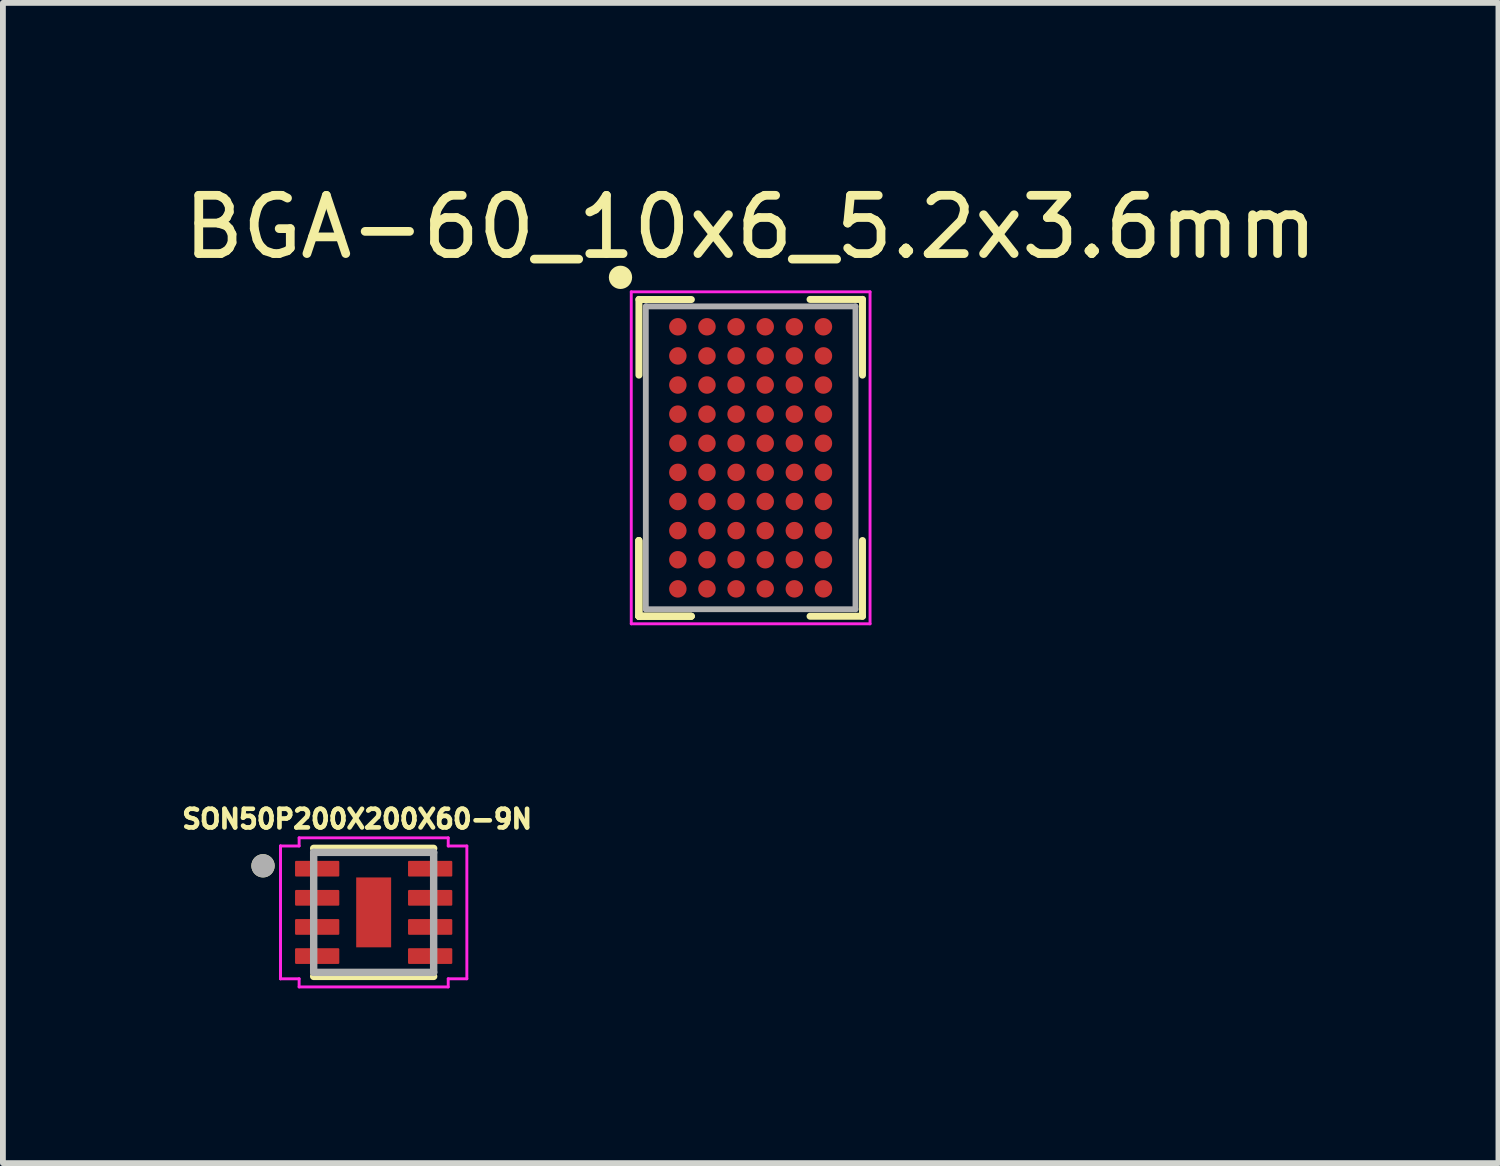
<source format=kicad_pcb>
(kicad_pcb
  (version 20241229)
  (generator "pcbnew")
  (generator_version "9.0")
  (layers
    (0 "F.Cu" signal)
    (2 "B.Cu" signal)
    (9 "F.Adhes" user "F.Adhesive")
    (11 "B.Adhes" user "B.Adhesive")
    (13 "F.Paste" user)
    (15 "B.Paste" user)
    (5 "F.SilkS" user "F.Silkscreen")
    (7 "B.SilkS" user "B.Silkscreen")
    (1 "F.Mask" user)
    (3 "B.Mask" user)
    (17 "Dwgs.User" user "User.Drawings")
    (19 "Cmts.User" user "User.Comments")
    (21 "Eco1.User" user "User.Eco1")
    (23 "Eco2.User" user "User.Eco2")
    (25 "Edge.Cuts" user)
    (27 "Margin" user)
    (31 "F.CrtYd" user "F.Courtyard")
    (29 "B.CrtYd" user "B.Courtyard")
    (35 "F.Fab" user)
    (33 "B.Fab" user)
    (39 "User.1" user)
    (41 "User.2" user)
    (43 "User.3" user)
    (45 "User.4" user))
  (footprint "SON50P200X200X60-9N"
    (layer "F.Cu")
    (at 3.366 12.616)
    (property "Reference" "SON50P200X200X60-9N" (at -0.284 -1.603 0) (layer "F.SilkS") (effects (font (size 0.32 0.32) (thickness 0.15))))
    (attr through_hole)
    (fp_line (start -1.03 -1.099) (end 1.03 -1.099) (stroke (width 0.127) (type solid)) (layer "F.SilkS"))
    (fp_line (start -1.03 1.099) (end 1.03 1.099) (stroke (width 0.127) (type solid)) (layer "F.SilkS"))
    (fp_circle (center -1.9 -0.8) (end -1.8 -0.8) (stroke (width 0.2) (type solid)) (fill no) (layer "F.SilkS"))
    (fp_poly (pts (xy -0.185 -0.485) (xy 0.185 -0.485) (xy 0.185 0.485) (xy -0.185 0.485)) (stroke (width 0.01) (type solid)) (fill yes) (layer "F.Paste"))
    (fp_line (start -1.6 -1.14) (end -1.28 -1.14) (stroke (width 0.05) (type solid)) (layer "F.CrtYd"))
    (fp_line (start -1.6 1.14) (end -1.6 -1.14) (stroke (width 0.05) (type solid)) (layer "F.CrtYd"))
    (fp_line (start -1.6 1.14) (end -1.6 -1.14) (stroke (width 0.05) (type solid)) (layer "F.CrtYd"))
    (fp_line (start -1.28 -1.28) (end 1.28 -1.28) (stroke (width 0.05) (type solid)) (layer "F.CrtYd"))
    (fp_line (start -1.28 -1.14) (end -1.28 -1.28) (stroke (width 0.05) (type solid)) (layer "F.CrtYd"))
    (fp_line (start -1.28 1.14) (end -1.6 1.14) (stroke (width 0.05) (type solid)) (layer "F.CrtYd"))
    (fp_line (start -1.28 1.28) (end -1.28 1.14) (stroke (width 0.05) (type solid)) (layer "F.CrtYd"))
    (fp_line (start 1.28 -1.28) (end 1.28 -1.14) (stroke (width 0.05) (type solid)) (layer "F.CrtYd"))
    (fp_line (start 1.28 -1.14) (end 1.6 -1.14) (stroke (width 0.05) (type solid)) (layer "F.CrtYd"))
    (fp_line (start 1.28 1.14) (end 1.28 1.28) (stroke (width 0.05) (type solid)) (layer "F.CrtYd"))
    (fp_line (start 1.28 1.28) (end -1.28 1.28) (stroke (width 0.05) (type solid)) (layer "F.CrtYd"))
    (fp_line (start 1.6 -1.14) (end 1.6 1.14) (stroke (width 0.05) (type solid)) (layer "F.CrtYd"))
    (fp_line (start 1.6 1.14) (end 1.28 1.14) (stroke (width 0.05) (type solid)) (layer "F.CrtYd"))
    (fp_line (start -1.03 -1.03) (end 1.03 -1.03) (stroke (width 0.127) (type solid)) (layer "F.Fab"))
    (fp_line (start -1.03 1.03) (end -1.03 -1.03) (stroke (width 0.127) (type solid)) (layer "F.Fab"))
    (fp_line (start 1.03 -1.03) (end 1.03 1.03) (stroke (width 0.127) (type solid)) (layer "F.Fab"))
    (fp_line (start 1.03 1.03) (end -1.03 1.03) (stroke (width 0.127) (type solid)) (layer "F.Fab"))
    (fp_circle (center -1.9 -0.8) (end -1.8 -0.8) (stroke (width 0.2) (type solid)) (fill no) (layer "F.Fab"))
    (pad "1" smd roundrect (at -0.97 -0.75) (size 0.76 0.27) (layers "F.Cu" "F.Mask" "F.Paste") (roundrect_rratio 0.07))
    (pad "2" smd roundrect (at -0.97 -0.25) (size 0.76 0.27) (layers "F.Cu" "F.Mask" "F.Paste") (roundrect_rratio 0.07))
    (pad "3" smd roundrect (at -0.97 0.25) (size 0.76 0.27) (layers "F.Cu" "F.Mask" "F.Paste") (roundrect_rratio 0.07))
    (pad "4" smd roundrect (at -0.97 0.75) (size 0.76 0.27) (layers "F.Cu" "F.Mask" "F.Paste") (roundrect_rratio 0.07))
    (pad "5" smd roundrect (at 0.97 0.75) (size 0.76 0.27) (layers "F.Cu" "F.Mask" "F.Paste") (roundrect_rratio 0.07))
    (pad "6" smd roundrect (at 0.97 0.25) (size 0.76 0.27) (layers "F.Cu" "F.Mask" "F.Paste") (roundrect_rratio 0.07))
    (pad "7" smd roundrect (at 0.97 -0.25) (size 0.76 0.27) (layers "F.Cu" "F.Mask" "F.Paste") (roundrect_rratio 0.07))
    (pad "8" smd roundrect (at 0.97 -0.75) (size 0.76 0.27) (layers "F.Cu" "F.Mask" "F.Paste") (roundrect_rratio 0.07))
    (pad "9" smd rect (at 0 0) (size 0.6 1.2) (layers "F.Cu" "F.Mask")))
  (footprint "BGA-60_10x6_5.2x3.6mm"
    (layer "F.Cu")
    (at 9.839 4.811)
    (property "Reference" "BGA-60_10x6_5.2x3.6mm" (at 0 -3.962 0) (layer "F.SilkS") (effects (font (size 1 1) (thickness 0.15))))
    (attr smd)
    (fp_line (start -1.92 1.42) (end -1.92 2.72) (stroke (width 0.12) (type solid)) (layer "F.SilkS"))
    (fp_line (start -1.92 1.42) (end -1.92 2.72) (stroke (width 0.12) (type solid)) (layer "F.SilkS"))
    (fp_line (start -1.92 1.42) (end -1.92 2.72) (stroke (width 0.12) (type solid)) (layer "F.SilkS"))
    (fp_line (start -1.92 2.72) (end -1.02 2.72) (stroke (width 0.12) (type solid)) (layer "F.SilkS"))
    (fp_line (start -1.92 2.72) (end -1.02 2.72) (stroke (width 0.12) (type solid)) (layer "F.SilkS"))
    (fp_line (start -1.92 2.72) (end -1.02 2.72) (stroke (width 0.12) (type solid)) (layer "F.SilkS"))
    (fp_line (start -1.918 -1.42) (end -1.918 -2.72) (stroke (width 0.12) (type solid)) (layer "F.SilkS"))
    (fp_line (start -1.018 -2.718) (end -1.918 -2.718) (stroke (width 0.12) (type solid)) (layer "F.SilkS"))
    (fp_line (start 1.92 -2.72) (end 1.02 -2.72) (stroke (width 0.12) (type solid)) (layer "F.SilkS"))
    (fp_line (start 1.92 -1.42) (end 1.92 -2.72) (stroke (width 0.12) (type solid)) (layer "F.SilkS"))
    (fp_line (start 1.92 1.42) (end 1.92 2.72) (stroke (width 0.12) (type solid)) (layer "F.SilkS"))
    (fp_line (start 1.92 2.72) (end 1.02 2.72) (stroke (width 0.12) (type solid)) (layer "F.SilkS"))
    (fp_circle (center -2.235 -3.099) (end -2.135 -3.099) (stroke (width 0.2) (type solid)) (fill no) (layer "F.SilkS"))
    (fp_line (start -2.05 -2.85) (end -2.05 2.85) (stroke (width 0.05) (type solid)) (layer "F.CrtYd"))
    (fp_line (start -2.05 2.85) (end 2.05 2.85) (stroke (width 0.05) (type solid)) (layer "F.CrtYd"))
    (fp_line (start 2.05 -2.85) (end -2.05 -2.85) (stroke (width 0.05) (type solid)) (layer "F.CrtYd"))
    (fp_line (start 2.05 2.85) (end 2.05 -2.85) (stroke (width 0.05) (type solid)) (layer "F.CrtYd"))
    (fp_line (start -1.8 2.6) (end -1.8 -2.603) (stroke (width 0.1) (type solid)) (layer "F.Fab"))
    (fp_line (start -1.791 -2.6) (end 1.8 -2.6) (stroke (width 0.1) (type solid)) (layer "F.Fab"))
    (fp_line (start 1.8 -2.6) (end 1.8 2.6) (stroke (width 0.1) (type solid)) (layer "F.Fab"))
    (fp_line (start 1.8 2.6) (end -1.8 2.6) (stroke (width 0.1) (type solid)) (layer "F.Fab"))
    (pad "A1" smd circle (at -1.25 -2.25 90) (size 0.3 0.3) (layers "F.Cu" "F.Mask" "F.Paste"))
    (pad "A2" smd circle (at -1.25 -1.75 90) (size 0.3 0.3) (layers "F.Cu" "F.Mask" "F.Paste"))
    (pad "A3" smd circle (at -1.25 -1.25 90) (size 0.3 0.3) (layers "F.Cu" "F.Mask" "F.Paste"))
    (pad "A4" smd circle (at -1.25 -0.75 90) (size 0.3 0.3) (layers "F.Cu" "F.Mask" "F.Paste"))
    (pad "A5" smd circle (at -1.25 -0.25 90) (size 0.3 0.3) (layers "F.Cu" "F.Mask" "F.Paste"))
    (pad "A6" smd circle (at -1.25 0.25 90) (size 0.3 0.3) (layers "F.Cu" "F.Mask" "F.Paste"))
    (pad "A7" smd circle (at -1.25 0.75 90) (size 0.3 0.3) (layers "F.Cu" "F.Mask" "F.Paste"))
    (pad "A8" smd circle (at -1.25 1.25 90) (size 0.3 0.3) (layers "F.Cu" "F.Mask" "F.Paste"))
    (pad "A9" smd circle (at -1.25 1.75 90) (size 0.3 0.3) (layers "F.Cu" "F.Mask" "F.Paste"))
    (pad "A10" smd circle (at -1.25 2.25 90) (size 0.3 0.3) (layers "F.Cu" "F.Mask" "F.Paste"))
    (pad "B1" smd circle (at -0.75 -2.25 90) (size 0.3 0.3) (layers "F.Cu" "F.Mask" "F.Paste"))
    (pad "B2" smd circle (at -0.75 -1.75 90) (size 0.3 0.3) (layers "F.Cu" "F.Mask" "F.Paste"))
    (pad "B3" smd circle (at -0.75 -1.25 90) (size 0.3 0.3) (layers "F.Cu" "F.Mask" "F.Paste"))
    (pad "B4" smd circle (at -0.75 -0.75 90) (size 0.3 0.3) (layers "F.Cu" "F.Mask" "F.Paste"))
    (pad "B5" smd circle (at -0.75 -0.25 90) (size 0.3 0.3) (layers "F.Cu" "F.Mask" "F.Paste"))
    (pad "B6" smd circle (at -0.75 0.25 90) (size 0.3 0.3) (layers "F.Cu" "F.Mask" "F.Paste"))
    (pad "B7" smd circle (at -0.75 0.75 90) (size 0.3 0.3) (layers "F.Cu" "F.Mask" "F.Paste"))
    (pad "B8" smd circle (at -0.75 1.25 90) (size 0.3 0.3) (layers "F.Cu" "F.Mask" "F.Paste"))
    (pad "B9" smd circle (at -0.75 1.75 90) (size 0.3 0.3) (layers "F.Cu" "F.Mask" "F.Paste"))
    (pad "B10" smd circle (at -0.75 2.25 90) (size 0.3 0.3) (layers "F.Cu" "F.Mask" "F.Paste"))
    (pad "C1" smd circle (at -0.25 -2.25 90) (size 0.3 0.3) (layers "F.Cu" "F.Mask" "F.Paste"))
    (pad "C2" smd circle (at -0.25 -1.75 90) (size 0.3 0.3) (layers "F.Cu" "F.Mask" "F.Paste"))
    (pad "C3" smd circle (at -0.25 -1.25 90) (size 0.3 0.3) (layers "F.Cu" "F.Mask" "F.Paste"))
    (pad "C4" smd circle (at -0.25 -0.75 90) (size 0.3 0.3) (layers "F.Cu" "F.Mask" "F.Paste"))
    (pad "C5" smd circle (at -0.25 -0.25 90) (size 0.3 0.3) (layers "F.Cu" "F.Mask" "F.Paste"))
    (pad "C6" smd circle (at -0.25 0.25 90) (size 0.3 0.3) (layers "F.Cu" "F.Mask" "F.Paste"))
    (pad "C7" smd circle (at -0.25 0.75 90) (size 0.3 0.3) (layers "F.Cu" "F.Mask" "F.Paste"))
    (pad "C8" smd circle (at -0.25 1.25 90) (size 0.3 0.3) (layers "F.Cu" "F.Mask" "F.Paste"))
    (pad "C9" smd circle (at -0.25 1.75 90) (size 0.3 0.3) (layers "F.Cu" "F.Mask" "F.Paste"))
    (pad "C10" smd circle (at -0.25 2.25 90) (size 0.3 0.3) (layers "F.Cu" "F.Mask" "F.Paste"))
    (pad "D1" smd circle (at 0.25 -2.25 90) (size 0.3 0.3) (layers "F.Cu" "F.Mask" "F.Paste"))
    (pad "D2" smd circle (at 0.25 -1.75 90) (size 0.3 0.3) (layers "F.Cu" "F.Mask" "F.Paste"))
    (pad "D3" smd circle (at 0.25 -1.25 90) (size 0.3 0.3) (layers "F.Cu" "F.Mask" "F.Paste"))
    (pad "D4" smd circle (at 0.25 -0.75 90) (size 0.3 0.3) (layers "F.Cu" "F.Mask" "F.Paste"))
    (pad "D5" smd circle (at 0.25 -0.25 90) (size 0.3 0.3) (layers "F.Cu" "F.Mask" "F.Paste"))
    (pad "D6" smd circle (at 0.25 0.25 90) (size 0.3 0.3) (layers "F.Cu" "F.Mask" "F.Paste"))
    (pad "D7" smd circle (at 0.25 0.75 90) (size 0.3 0.3) (layers "F.Cu" "F.Mask" "F.Paste"))
    (pad "D8" smd circle (at 0.25 1.25 90) (size 0.3 0.3) (layers "F.Cu" "F.Mask" "F.Paste"))
    (pad "D9" smd circle (at 0.25 1.75 90) (size 0.3 0.3) (layers "F.Cu" "F.Mask" "F.Paste"))
    (pad "D10" smd circle (at 0.25 2.25 90) (size 0.3 0.3) (layers "F.Cu" "F.Mask" "F.Paste"))
    (pad "E1" smd circle (at 0.75 -2.25 90) (size 0.3 0.3) (layers "F.Cu" "F.Mask" "F.Paste"))
    (pad "E2" smd circle (at 0.75 -1.75 90) (size 0.3 0.3) (layers "F.Cu" "F.Mask" "F.Paste"))
    (pad "E3" smd circle (at 0.75 -1.25 90) (size 0.3 0.3) (layers "F.Cu" "F.Mask" "F.Paste"))
    (pad "E4" smd circle (at 0.75 -0.75 90) (size 0.3 0.3) (layers "F.Cu" "F.Mask" "F.Paste"))
    (pad "E5" smd circle (at 0.75 -0.25 90) (size 0.3 0.3) (layers "F.Cu" "F.Mask" "F.Paste"))
    (pad "E6" smd circle (at 0.75 0.25 90) (size 0.3 0.3) (layers "F.Cu" "F.Mask" "F.Paste"))
    (pad "E7" smd circle (at 0.75 0.75 90) (size 0.3 0.3) (layers "F.Cu" "F.Mask" "F.Paste"))
    (pad "E8" smd circle (at 0.75 1.25 90) (size 0.3 0.3) (layers "F.Cu" "F.Mask" "F.Paste"))
    (pad "E9" smd circle (at 0.75 1.75 90) (size 0.3 0.3) (layers "F.Cu" "F.Mask" "F.Paste"))
    (pad "E10" smd circle (at 0.75 2.25 90) (size 0.3 0.3) (layers "F.Cu" "F.Mask" "F.Paste"))
    (pad "F1" smd circle (at 1.25 -2.25 90) (size 0.3 0.3) (layers "F.Cu" "F.Mask" "F.Paste"))
    (pad "F2" smd circle (at 1.25 -1.75 90) (size 0.3 0.3) (layers "F.Cu" "F.Mask" "F.Paste"))
    (pad "F3" smd circle (at 1.25 -1.25 90) (size 0.3 0.3) (layers "F.Cu" "F.Mask" "F.Paste"))
    (pad "F4" smd circle (at 1.25 -0.75 90) (size 0.3 0.3) (layers "F.Cu" "F.Mask" "F.Paste"))
    (pad "F5" smd circle (at 1.25 -0.25 90) (size 0.3 0.3) (layers "F.Cu" "F.Mask" "F.Paste"))
    (pad "F6" smd circle (at 1.25 0.25 90) (size 0.3 0.3) (layers "F.Cu" "F.Mask" "F.Paste"))
    (pad "F7" smd circle (at 1.25 0.75 90) (size 0.3 0.3) (layers "F.Cu" "F.Mask" "F.Paste"))
    (pad "F8" smd circle (at 1.25 1.25 90) (size 0.3 0.3) (layers "F.Cu" "F.Mask" "F.Paste"))
    (pad "F9" smd circle (at 1.25 1.75 90) (size 0.3 0.3) (layers "F.Cu" "F.Mask" "F.Paste"))
    (pad "F10" smd circle (at 1.25 2.25 90) (size 0.3 0.3) (layers "F.Cu" "F.Mask" "F.Paste")))
  (gr_rect
    (start -3 -3)
    (end 22.679 16.921)
    (stroke (width 0.1) (type default))
    (fill no)
    (layer "Edge.Cuts")))
</source>
